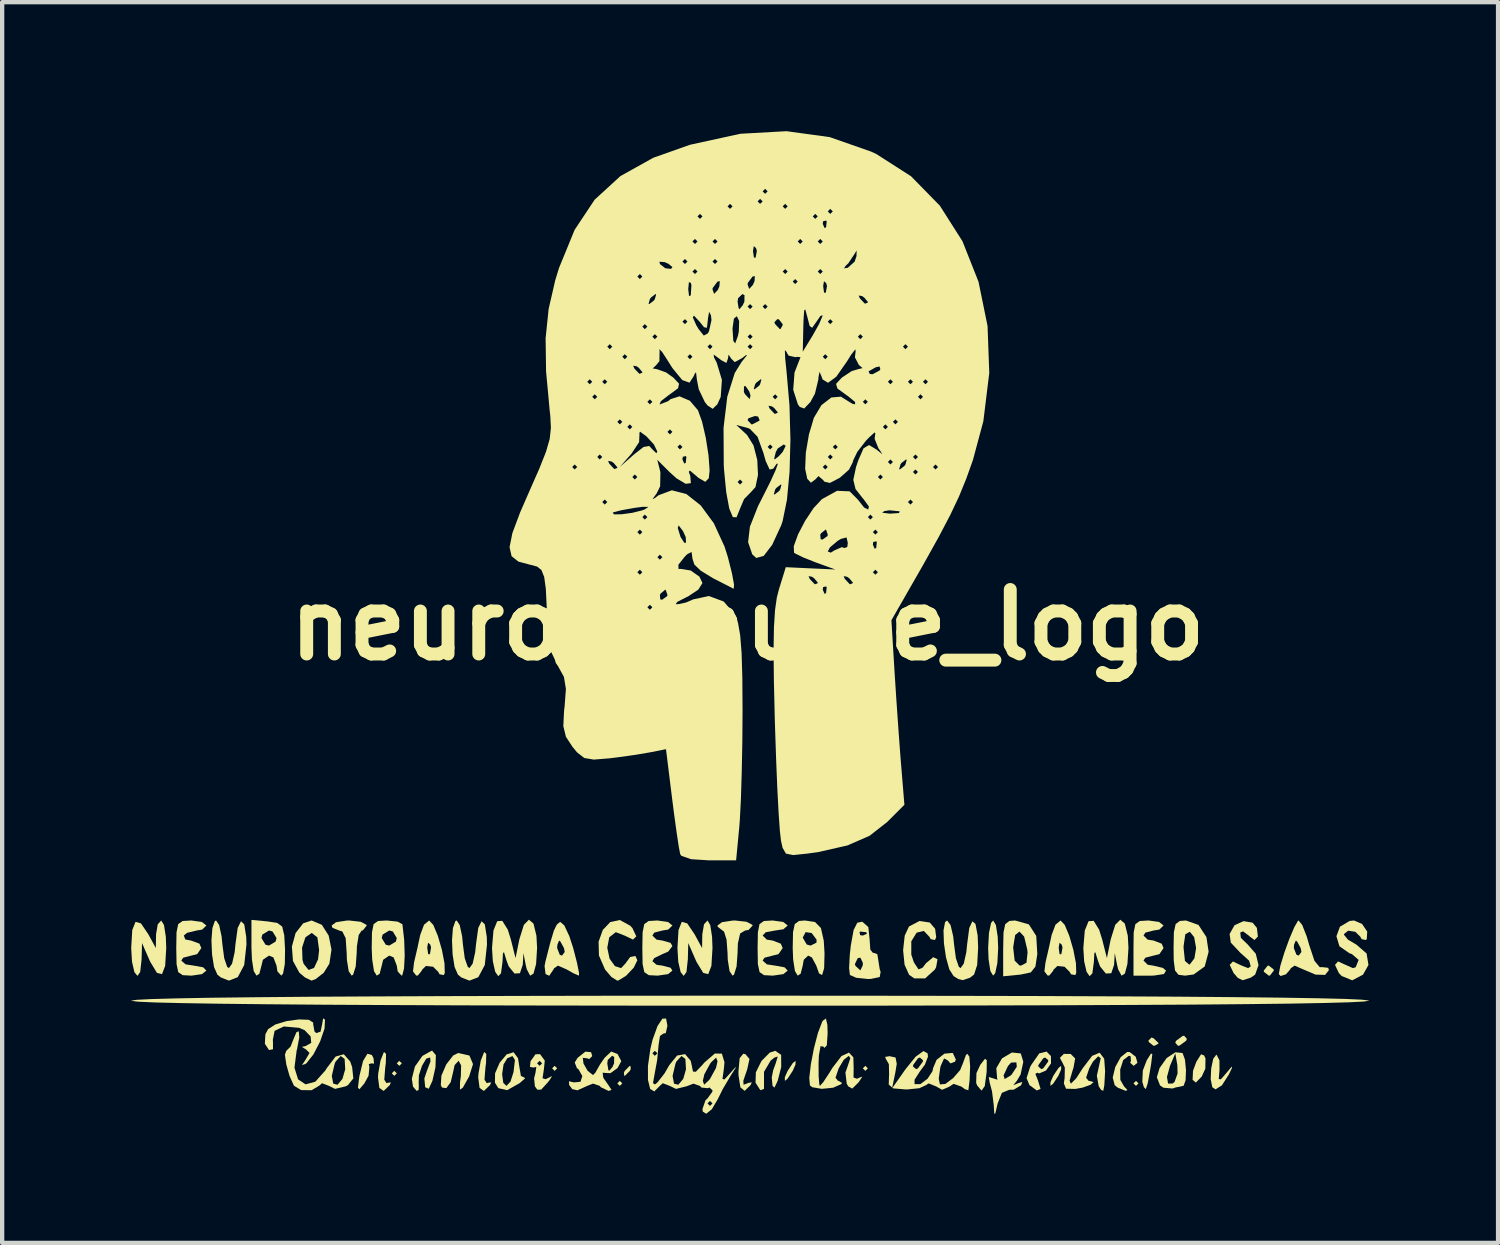
<source format=kicad_pcb>
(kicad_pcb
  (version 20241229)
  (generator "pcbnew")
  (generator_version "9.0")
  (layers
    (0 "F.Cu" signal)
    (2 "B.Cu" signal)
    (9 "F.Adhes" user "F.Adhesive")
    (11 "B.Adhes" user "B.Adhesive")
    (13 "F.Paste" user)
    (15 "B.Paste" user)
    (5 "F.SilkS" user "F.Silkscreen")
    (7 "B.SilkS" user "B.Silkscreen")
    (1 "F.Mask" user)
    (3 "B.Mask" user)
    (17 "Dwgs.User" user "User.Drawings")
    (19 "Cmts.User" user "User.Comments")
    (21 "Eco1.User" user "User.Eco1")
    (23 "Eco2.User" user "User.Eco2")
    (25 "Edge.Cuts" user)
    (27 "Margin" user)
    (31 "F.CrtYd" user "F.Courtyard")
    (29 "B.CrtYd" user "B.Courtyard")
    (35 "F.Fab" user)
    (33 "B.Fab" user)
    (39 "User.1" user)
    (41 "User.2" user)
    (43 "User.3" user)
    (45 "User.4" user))
  (footprint "neuro_traume_logo"
    (layer "F.Cu")
    (at 14.331 11.477)
    (property "Reference" "neuro_traume_logo" (at 0 0 0) (layer "F.SilkS") (effects (font (size 1.5 1.5) (thickness 0.3))))
    (attr board_only exclude_from_pos_files exclude_from_bom)
    (fp_poly (pts (xy 3.369 10.763) (xy 3.359 10.778) (xy 3.363 10.758)) (stroke (width 0) (type solid)) (fill yes) (layer "F.SilkS"))
    (fp_poly (pts (xy -8.156 10.428) (xy -8.214 10.486) (xy -8.272 10.428) (xy -8.214 10.37)) (stroke (width 0) (type solid)) (fill yes) (layer "F.SilkS"))
    (fp_poly (pts (xy -8.039 10.195) (xy -8.098 10.253) (xy -8.156 10.195) (xy -8.098 10.137)) (stroke (width 0) (type solid)) (fill yes) (layer "F.SilkS"))
    (fp_poly (pts (xy -4.428 10.311) (xy -4.486 10.37) (xy -4.544 10.311) (xy -4.486 10.253)) (stroke (width 0) (type solid)) (fill yes) (layer "F.SilkS"))
    (fp_poly (pts (xy -2.913 10.661) (xy -2.971 10.719) (xy -3.029 10.661) (xy -2.971 10.603)) (stroke (width 0) (type solid)) (fill yes) (layer "F.SilkS"))
    (fp_poly (pts (xy 2.796 10.311) (xy 2.738 10.37) (xy 2.68 10.311) (xy 2.738 10.253)) (stroke (width 0) (type solid)) (fill yes) (layer "F.SilkS"))
    (fp_poly (pts (xy 9.088 10.661) (xy 9.03 10.719) (xy 8.972 10.661) (xy 9.03 10.603)) (stroke (width 0) (type solid)) (fill yes) (layer "F.SilkS"))
    (fp_poly (pts (xy -2.716 10.328) (xy -2.738 10.37) (xy -2.848 10.481) (xy -2.868 10.486) (xy -2.876 10.411) (xy -2.855 10.37) (xy -2.745 10.258) (xy -2.724 10.253)) (stroke (width 0) (type solid)) (fill yes) (layer "F.SilkS"))
    (fp_poly (pts (xy 1.114 10.222) (xy 1.049 10.37) (xy 0.928 10.553) (xy 0.866 10.603) (xy 0.866 10.517) (xy 0.932 10.37) (xy 1.052 10.187) (xy 1.115 10.137)) (stroke (width 0) (type solid)) (fill yes) (layer "F.SilkS"))
    (fp_poly (pts (xy 7.29 10.339) (xy 7.224 10.486) (xy 7.104 10.669) (xy 7.041 10.719) (xy 7.042 10.634) (xy 7.107 10.486) (xy 7.228 10.303) (xy 7.29 10.253)) (stroke (width 0) (type solid)) (fill yes) (layer "F.SilkS"))
    (fp_poly (pts (xy 9.438 9.612) (xy 9.549 9.717) (xy 9.554 9.736) (xy 9.464 9.786) (xy 9.438 9.787) (xy 9.326 9.698) (xy 9.321 9.664) (xy 9.392 9.594)) (stroke (width 0) (type solid)) (fill yes) (layer "F.SilkS"))
    (fp_poly (pts (xy 10.214 9.626) (xy 10.195 9.671) (xy 10.041 9.783) (xy 10.006 9.787) (xy 9.943 9.715) (xy 9.962 9.671) (xy 10.116 9.558) (xy 10.15 9.554)) (stroke (width 0) (type solid)) (fill yes) (layer "F.SilkS"))
    (fp_poly (pts (xy 12.231 8.012) (xy 12.234 8.039) (xy 12.145 8.153) (xy 12.117 8.156) (xy 12.004 8.067) (xy 12.001 8.039) (xy 12.09 7.926) (xy 12.117 7.923)) (stroke (width 0) (type solid)) (fill yes) (layer "F.SilkS"))
    (fp_poly (pts (xy 10.614 10.011) (xy 10.646 10.081) (xy 10.642 10.32) (xy 10.559 10.501) (xy 10.422 10.642) (xy 10.346 10.579) (xy 10.356 10.368) (xy 10.433 10.159) (xy 10.543 9.985)) (stroke (width 0) (type solid)) (fill yes) (layer "F.SilkS"))
    (fp_poly (pts (xy 5.561 10.121) (xy 5.559 10.352) (xy 5.556 10.412) (xy 5.514 10.725) (xy 5.439 10.829) (xy 5.34 10.713) (xy 5.314 10.652) (xy 5.321 10.421) (xy 5.411 10.228) (xy 5.519 10.09)) (stroke (width 0) (type solid)) (fill yes) (layer "F.SilkS"))
    (fp_poly (pts (xy 9.41 9.98) (xy 9.385 10.189) (xy 9.366 10.311) (xy 9.304 10.657) (xy 9.258 10.795) (xy 9.214 10.749) (xy 9.177 10.625) (xy 9.189 10.362) (xy 9.28 10.125) (xy 9.379 9.967)) (stroke (width 0) (type solid)) (fill yes) (layer "F.SilkS"))
    (fp_poly (pts (xy 3.44 10.059) (xy 3.468 10.206) (xy 3.437 10.399) (xy 3.363 10.758) (xy 3.282 10.689) (xy 3.288 10.482) (xy 3.29 10.466) (xy 3.285 10.215) (xy 3.213 10.09) (xy 3.199 10.045) (xy 3.301 10.029)) (stroke (width 0) (type solid)) (fill yes) (layer "F.SilkS"))
    (fp_poly (pts (xy 5.773 6.98) (xy 5.815 7.251) (xy 5.826 7.515) (xy 5.807 7.866) (xy 5.757 8.099) (xy 5.709 8.156) (xy 5.645 8.051) (xy 5.603 7.779) (xy 5.593 7.515) (xy 5.612 7.164) (xy 5.661 6.931) (xy 5.709 6.874)) (stroke (width 0) (type solid)) (fill yes) (layer "F.SilkS"))
    (fp_poly (pts (xy -8.735 10.002) (xy -8.697 10.077) (xy -8.685 10.203) (xy -8.739 10.195) (xy -8.807 10.212) (xy -8.793 10.28) (xy -8.812 10.483) (xy -8.911 10.664) (xy -9.025 10.797) (xy -9.059 10.762) (xy -9.031 10.53) (xy -9.024 10.486) (xy -8.94 10.14) (xy -8.838 9.971)) (stroke (width 0) (type solid)) (fill yes) (layer "F.SilkS"))
    (fp_poly (pts (xy -8.406 9.976) (xy -8.411 10.188) (xy -8.424 10.285) (xy -8.447 10.575) (xy -8.393 10.658) (xy -8.364 10.646) (xy -8.292 10.639) (xy -8.32 10.701) (xy -8.461 10.837) (xy -8.561 10.767) (xy -8.593 10.521) (xy -8.587 10.428) (xy -8.534 10.13) (xy -8.46 9.943) (xy -8.45 9.933)) (stroke (width 0) (type solid)) (fill yes) (layer "F.SilkS"))
    (fp_poly (pts (xy -6.076 9.976) (xy -6.081 10.188) (xy -6.094 10.285) (xy -6.117 10.575) (xy -6.063 10.658) (xy -6.034 10.646) (xy -5.961 10.639) (xy -5.989 10.701) (xy -6.131 10.837) (xy -6.231 10.767) (xy -6.263 10.521) (xy -6.256 10.428) (xy -6.203 10.13) (xy -6.129 9.943) (xy -6.12 9.933)) (stroke (width 0) (type solid)) (fill yes) (layer "F.SilkS"))
    (fp_poly (pts (xy -0.051 9.981) (xy 0.044 10.093) (xy -0.007 10.329) (xy -0.099 10.599) (xy -0.094 10.694) (xy 0.013 10.653) (xy 0.018 10.65) (xy 0.098 10.636) (xy 0.069 10.701) (xy -0.068 10.835) (xy -0.167 10.754) (xy -0.211 10.476) (xy -0.212 10.379) (xy -0.184 10.075) (xy -0.101 9.972)) (stroke (width 0) (type solid)) (fill yes) (layer "F.SilkS"))
    (fp_poly (pts (xy 10.904 9.996) (xy 10.97 10.123) (xy 10.972 10.346) (xy 10.954 10.561) (xy 11.005 10.566) (xy 11.124 10.428) (xy 11.258 10.27) (xy 11.262 10.3) (xy 11.191 10.451) (xy 11.028 10.706) (xy 10.879 10.8) (xy 10.804 10.75) (xy 10.767 10.564) (xy 10.779 10.312) (xy 10.826 10.09) (xy 10.896 9.995)) (stroke (width 0) (type solid)) (fill yes) (layer "F.SilkS"))
    (fp_poly (pts (xy -6.467 10.014) (xy -6.384 10.213) (xy -6.473 10.498) (xy -6.62 10.76) (xy -6.687 10.807) (xy -6.686 10.639) (xy -6.666 10.486) (xy -6.66 10.243) (xy -6.717 10.137) (xy -6.72 10.137) (xy -6.811 10.235) (xy -6.844 10.387) (xy -6.902 10.632) (xy -7.004 10.772) (xy -7.104 10.758) (xy -7.132 10.703) (xy -7.119 10.482) (xy -7.005 10.218) (xy -6.844 10.012) (xy -6.73 9.955)) (stroke (width 0) (type solid)) (fill yes) (layer "F.SilkS"))
    (fp_poly (pts (xy 0.78 9.998) (xy 0.782 10.281) (xy 0.699 10.603) (xy 0.625 10.76) (xy 0.58 10.719) (xy 0.562 10.523) (xy 0.595 10.356) (xy 0.654 10.195) (xy 0.701 10.036) (xy 0.624 10.061) (xy 0.537 10.13) (xy 0.382 10.392) (xy 0.382 10.567) (xy 0.382 10.788) (xy 0.297 10.82) (xy 0.185 10.645) (xy 0.192 10.405) (xy 0.323 10.14) (xy 0.516 9.945) (xy 0.644 9.904)) (stroke (width 0) (type solid)) (fill yes) (layer "F.SilkS"))
    (fp_poly (pts (xy 8.884 9.933) (xy 9.024 10.042) (xy 9.064 10.183) (xy 8.976 10.253) (xy 8.974 10.253) (xy 8.896 10.182) (xy 8.913 10.137) (xy 8.905 10.029) (xy 8.864 10.02) (xy 8.734 10.117) (xy 8.663 10.339) (xy 8.666 10.58) (xy 8.752 10.73) (xy 8.831 10.816) (xy 8.791 10.834) (xy 8.607 10.761) (xy 8.535 10.702) (xy 8.489 10.525) (xy 8.549 10.279) (xy 8.675 10.051) (xy 8.826 9.931)) (stroke (width 0) (type solid)) (fill yes) (layer "F.SilkS"))
    (fp_poly (pts (xy -8.993 6.904) (xy -8.859 6.976) (xy -8.855 6.991) (xy -8.944 7.104) (xy -8.972 7.107) (xy -9.041 7.211) (xy -9.083 7.475) (xy -9.088 7.632) (xy -9.111 7.944) (xy -9.17 8.132) (xy -9.205 8.156) (xy -9.274 8.052) (xy -9.316 7.788) (xy -9.321 7.632) (xy -9.344 7.286) (xy -9.422 7.129) (xy -9.496 7.107) (xy -9.651 7.044) (xy -9.671 6.991) (xy -9.568 6.914) (xy -9.316 6.875) (xy -9.263 6.874)) (stroke (width 0) (type solid)) (fill yes) (layer "F.SilkS"))
    (fp_poly (pts (xy -7.247 10.005) (xy -7.257 10.288) (xy -7.328 10.602) (xy -7.413 10.786) (xy -7.496 10.75) (xy -7.515 10.545) (xy -7.453 10.362) (xy -7.373 10.152) (xy -7.38 10.058) (xy -7.47 10.085) (xy -7.57 10.252) (xy -7.642 10.472) (xy -7.648 10.658) (xy -7.644 10.67) (xy -7.647 10.814) (xy -7.694 10.836) (xy -7.779 10.736) (xy -7.806 10.553) (xy -7.734 10.268) (xy -7.56 10.022) (xy -7.352 9.905) (xy -7.332 9.904)) (stroke (width 0) (type solid)) (fill yes) (layer "F.SilkS"))
    (fp_poly (pts (xy -0.022 6.904) (xy 0.113 6.976) (xy 0.117 6.991) (xy 0.022 7.094) (xy -0.058 7.107) (xy -0.173 7.176) (xy -0.226 7.409) (xy -0.233 7.632) (xy -0.256 7.944) (xy -0.315 8.132) (xy -0.35 8.156) (xy -0.419 8.052) (xy -0.461 7.788) (xy -0.466 7.632) (xy -0.489 7.319) (xy -0.548 7.131) (xy -0.583 7.107) (xy -0.696 7.019) (xy -0.699 6.991) (xy -0.597 6.914) (xy -0.345 6.875) (xy -0.291 6.874)) (stroke (width 0) (type solid)) (fill yes) (layer "F.SilkS"))
    (fp_poly (pts (xy -13.568 6.98) (xy -13.526 7.251) (xy -13.516 7.515) (xy -13.541 7.929) (xy -13.615 8.122) (xy -13.732 8.092) (xy -13.888 7.835) (xy -13.914 7.777) (xy -14.079 7.399) (xy -14.089 7.777) (xy -14.121 8.071) (xy -14.185 8.162) (xy -14.256 8.075) (xy -14.312 7.834) (xy -14.331 7.515) (xy -14.306 7.096) (xy -14.23 6.905) (xy -14.104 6.941) (xy -13.932 7.195) (xy -13.758 7.515) (xy -13.753 7.195) (xy -13.713 6.962) (xy -13.632 6.874)) (stroke (width 0) (type solid)) (fill yes) (layer "F.SilkS"))
    (fp_poly (pts (xy -0.868 6.98) (xy -0.826 7.251) (xy -0.816 7.515) (xy -0.841 7.929) (xy -0.915 8.122) (xy -1.032 8.092) (xy -1.188 7.835) (xy -1.214 7.777) (xy -1.379 7.399) (xy -1.389 7.777) (xy -1.421 8.071) (xy -1.485 8.162) (xy -1.556 8.075) (xy -1.612 7.834) (xy -1.631 7.515) (xy -1.606 7.096) (xy -1.53 6.905) (xy -1.403 6.941) (xy -1.232 7.195) (xy -1.058 7.515) (xy -1.053 7.195) (xy -1.013 6.962) (xy -0.932 6.874)) (stroke (width 0) (type solid)) (fill yes) (layer "F.SilkS"))
    (fp_poly (pts (xy -12.286 6.979) (xy -12.229 7.245) (xy -12.211 7.428) (xy -12.168 7.751) (xy -12.1 7.95) (xy -12.059 7.981) (xy -11.985 7.877) (xy -11.925 7.611) (xy -11.907 7.428) (xy -11.855 7.047) (xy -11.778 6.892) (xy -11.703 6.962) (xy -11.656 7.257) (xy -11.651 7.434) (xy -11.703 7.909) (xy -11.853 8.192) (xy -12.059 8.272) (xy -12.247 8.198) (xy -12.327 8.133) (xy -12.405 7.956) (xy -12.451 7.664) (xy -12.465 7.335) (xy -12.443 7.05) (xy -12.386 6.887) (xy -12.357 6.874)) (stroke (width 0) (type solid)) (fill yes) (layer "F.SilkS"))
    (fp_poly (pts (xy -6.693 6.979) (xy -6.636 7.245) (xy -6.619 7.428) (xy -6.576 7.751) (xy -6.507 7.95) (xy -6.467 7.981) (xy -6.392 7.877) (xy -6.333 7.611) (xy -6.314 7.428) (xy -6.262 7.047) (xy -6.185 6.892) (xy -6.11 6.962) (xy -6.063 7.257) (xy -6.059 7.434) (xy -6.11 7.909) (xy -6.26 8.192) (xy -6.467 8.272) (xy -6.655 8.198) (xy -6.734 8.133) (xy -6.812 7.956) (xy -6.858 7.664) (xy -6.872 7.335) (xy -6.851 7.05) (xy -6.793 6.887) (xy -6.764 6.874)) (stroke (width 0) (type solid)) (fill yes) (layer "F.SilkS"))
    (fp_poly (pts (xy -5.44 9.937) (xy -5.337 10.076) (xy -5.305 10.285) (xy -5.27 10.488) (xy -5.189 10.527) (xy -5.172 10.543) (xy -5.295 10.652) (xy -5.589 10.819) (xy -5.795 10.772) (xy -5.874 10.645) (xy -5.871 10.448) (xy -5.707 10.448) (xy -5.68 10.649) (xy -5.606 10.719) (xy -5.512 10.619) (xy -5.442 10.399) (xy -5.409 10.117) (xy -5.466 10.026) (xy -5.585 10.074) (xy -5.674 10.221) (xy -5.707 10.448) (xy -5.871 10.448) (xy -5.871 10.427) (xy -5.763 10.179) (xy -5.602 9.987) (xy -5.44 9.937)) (stroke (width 0) (type solid)) (fill yes) (layer "F.SilkS"))
    (fp_poly (pts (xy -4.715 10.132) (xy -4.737 10.341) (xy -4.767 10.543) (xy -4.694 10.564) (xy -4.648 10.54) (xy -4.546 10.491) (xy -4.6 10.581) (xy -4.646 10.639) (xy -4.799 10.806) (xy -4.889 10.807) (xy -4.945 10.73) (xy -4.964 10.542) (xy -4.932 10.419) (xy -4.912 10.279) (xy -4.979 10.293) (xy -5.061 10.277) (xy -5.051 10.195) (xy -4.894 10.195) (xy -4.835 10.253) (xy -4.777 10.195) (xy -4.835 10.137) (xy -4.894 10.195) (xy -5.051 10.195) (xy -5.046 10.145) (xy -4.931 9.984) (xy -4.825 9.982)) (stroke (width 0) (type solid)) (fill yes) (layer "F.SilkS"))
    (fp_poly (pts (xy -2.729 6.995) (xy -2.677 7.052) (xy -2.587 7.243) (xy -2.664 7.318) (xy -2.847 7.23) (xy -3.064 7.145) (xy -3.216 7.264) (xy -3.262 7.508) (xy -3.209 7.761) (xy -3.084 7.935) (xy -2.941 7.981) (xy -2.844 7.878) (xy -2.729 7.722) (xy -2.608 7.699) (xy -2.563 7.798) (xy -2.646 7.97) (xy -2.827 8.161) (xy -3.007 8.27) (xy -3.031 8.272) (xy -3.166 8.187) (xy -3.314 8.014) (xy -3.456 7.688) (xy -3.464 7.366) (xy -3.366 7.093) (xy -3.192 6.91) (xy -2.97 6.863)) (stroke (width 0) (type solid)) (fill yes) (layer "F.SilkS"))
    (fp_poly (pts (xy 4.719 6.979) (xy 4.781 7.245) (xy 4.8 7.428) (xy 4.843 7.751) (xy 4.911 7.95) (xy 4.952 7.981) (xy 5.026 7.877) (xy 5.086 7.611) (xy 5.104 7.428) (xy 5.154 7.049) (xy 5.226 6.893) (xy 5.298 6.953) (xy 5.349 7.223) (xy 5.36 7.503) (xy 5.338 7.908) (xy 5.266 8.13) (xy 5.175 8.202) (xy 5.006 8.261) (xy 4.899 8.235) (xy 4.79 8.167) (xy 4.691 8.012) (xy 4.613 7.732) (xy 4.565 7.405) (xy 4.555 7.105) (xy 4.592 6.91) (xy 4.639 6.874)) (stroke (width 0) (type solid)) (fill yes) (layer "F.SilkS"))
    (fp_poly (pts (xy 7.052 10.025) (xy 7.055 10.196) (xy 6.938 10.362) (xy 6.781 10.429) (xy 6.733 10.413) (xy 6.691 10.441) (xy 6.75 10.589) (xy 6.811 10.789) (xy 6.724 10.826) (xy 6.554 10.702) (xy 6.486 10.54) (xy 6.566 10.288) (xy 6.576 10.267) (xy 6.758 10.267) (xy 6.83 10.33) (xy 6.874 10.311) (xy 6.986 10.157) (xy 6.991 10.123) (xy 6.919 10.06) (xy 6.874 10.078) (xy 6.762 10.233) (xy 6.758 10.267) (xy 6.576 10.267) (xy 6.592 10.236) (xy 6.782 9.963) (xy 6.951 9.922)) (stroke (width 0) (type solid)) (fill yes) (layer "F.SilkS"))
    (fp_poly (pts (xy 10.11 9.955) (xy 10.114 9.958) (xy 10.169 10.11) (xy 10.193 10.355) (xy 10.183 10.591) (xy 10.138 10.716) (xy 10.127 10.719) (xy 9.948 10.757) (xy 9.881 10.78) (xy 9.668 10.762) (xy 9.589 10.708) (xy 9.515 10.518) (xy 9.517 10.512) (xy 9.75 10.512) (xy 9.776 10.666) (xy 9.882 10.664) (xy 9.927 10.626) (xy 9.997 10.433) (xy 9.992 10.238) (xy 9.944 9.962) (xy 9.821 10.253) (xy 9.75 10.512) (xy 9.517 10.512) (xy 9.579 10.304) (xy 9.744 10.071) (xy 9.947 9.938)) (stroke (width 0) (type solid)) (fill yes) (layer "F.SilkS"))
    (fp_poly (pts (xy 10.483 6.977) (xy 10.668 7.26) (xy 10.719 7.601) (xy 10.628 7.943) (xy 10.37 8.129) (xy 10.172 8.156) (xy 10.018 8.136) (xy 9.938 8.038) (xy 9.908 7.805) (xy 9.904 7.515) (xy 10.137 7.515) (xy 10.168 7.814) (xy 10.266 7.898) (xy 10.282 7.894) (xy 10.388 7.755) (xy 10.428 7.515) (xy 10.382 7.26) (xy 10.282 7.136) (xy 10.177 7.194) (xy 10.137 7.467) (xy 10.137 7.515) (xy 9.904 7.515) (xy 9.911 7.148) (xy 9.952 6.957) (xy 10.05 6.885) (xy 10.191 6.874)) (stroke (width 0) (type solid)) (fill yes) (layer "F.SilkS"))
    (fp_poly (pts (xy 4.235 6.921) (xy 4.36 7.066) (xy 4.385 7.265) (xy 4.356 7.328) (xy 4.257 7.308) (xy 4.227 7.253) (xy 4.097 7.116) (xy 3.93 7.157) (xy 3.807 7.356) (xy 3.806 7.359) (xy 3.806 7.667) (xy 3.866 7.846) (xy 3.973 8.01) (xy 4.068 7.972) (xy 4.15 7.865) (xy 4.317 7.727) (xy 4.416 7.775) (xy 4.383 7.962) (xy 4.353 8.016) (xy 4.128 8.22) (xy 3.875 8.22) (xy 3.755 8.136) (xy 3.65 7.904) (xy 3.616 7.564) (xy 3.653 7.227) (xy 3.752 7.014) (xy 3.995 6.886)) (stroke (width 0) (type solid)) (fill yes) (layer "F.SilkS"))
    (fp_poly (pts (xy 6.539 6.964) (xy 6.711 7.232) (xy 6.736 7.653) (xy 6.692 7.946) (xy 6.584 8.081) (xy 6.346 8.132) (xy 6.321 8.134) (xy 5.942 8.171) (xy 5.942 7.523) (xy 5.943 7.505) (xy 6.175 7.505) (xy 6.209 7.806) (xy 6.321 7.919) (xy 6.357 7.923) (xy 6.484 7.856) (xy 6.509 7.624) (xy 6.503 7.553) (xy 6.43 7.248) (xy 6.321 7.132) (xy 6.221 7.212) (xy 6.175 7.495) (xy 6.175 7.505) (xy 5.943 7.505) (xy 5.95 7.152) (xy 5.99 6.959) (xy 6.085 6.885) (xy 6.219 6.874)) (stroke (width 0) (type solid)) (fill yes) (layer "F.SilkS"))
    (fp_poly (pts (xy -9.899 6.974) (xy -9.739 7.225) (xy -9.674 7.551) (xy -9.723 7.878) (xy -9.854 8.089) (xy -10.041 8.236) (xy -10.137 8.272) (xy -10.291 8.198) (xy -10.42 8.089) (xy -10.57 7.815) (xy -10.593 7.504) (xy -10.358 7.504) (xy -10.348 7.791) (xy -10.321 7.883) (xy -10.206 8.024) (xy -10.08 7.977) (xy -9.986 7.778) (xy -9.962 7.564) (xy -10.002 7.266) (xy -10.128 7.166) (xy -10.137 7.166) (xy -10.28 7.265) (xy -10.358 7.504) (xy -10.593 7.504) (xy -10.595 7.482) (xy -10.509 7.166) (xy -10.332 6.94) (xy -10.137 6.874)) (stroke (width 0) (type solid)) (fill yes) (layer "F.SilkS"))
    (fp_poly (pts (xy -7.308 6.976) (xy -7.202 7.229) (xy -7.108 7.553) (xy -7.047 7.867) (xy -7.04 8.092) (xy -7.063 8.144) (xy -7.162 8.124) (xy -7.191 8.069) (xy -7.312 7.949) (xy -7.478 7.931) (xy -7.572 8.023) (xy -7.573 8.039) (xy -7.664 8.151) (xy -7.703 8.156) (xy -7.779 8.059) (xy -7.755 7.851) (xy -7.674 7.505) (xy -7.448 7.505) (xy -7.426 7.657) (xy -7.386 7.658) (xy -7.359 7.502) (xy -7.377 7.435) (xy -7.429 7.391) (xy -7.448 7.505) (xy -7.674 7.505) (xy -7.672 7.494) (xy -7.611 7.21) (xy -7.522 6.971) (xy -7.404 6.874)) (stroke (width 0) (type solid)) (fill yes) (layer "F.SilkS"))
    (fp_poly (pts (xy 7.373 6.976) (xy 7.479 7.229) (xy 7.573 7.553) (xy 7.634 7.867) (xy 7.641 8.092) (xy 7.618 8.144) (xy 7.519 8.124) (xy 7.489 8.069) (xy 7.369 7.949) (xy 7.203 7.931) (xy 7.108 8.023) (xy 7.107 8.039) (xy 7.017 8.151) (xy 6.978 8.156) (xy 6.901 8.059) (xy 6.926 7.851) (xy 7.006 7.505) (xy 7.233 7.505) (xy 7.254 7.657) (xy 7.294 7.658) (xy 7.322 7.502) (xy 7.303 7.435) (xy 7.252 7.391) (xy 7.233 7.505) (xy 7.006 7.505) (xy 7.009 7.494) (xy 7.069 7.21) (xy 7.159 6.971) (xy 7.277 6.874)) (stroke (width 0) (type solid)) (fill yes) (layer "F.SilkS"))
    (fp_poly (pts (xy 9.567 6.908) (xy 9.671 6.989) (xy 9.671 6.991) (xy 9.573 7.085) (xy 9.438 7.107) (xy 9.248 7.156) (xy 9.205 7.224) (xy 9.302 7.319) (xy 9.438 7.34) (xy 9.627 7.413) (xy 9.671 7.515) (xy 9.574 7.657) (xy 9.438 7.69) (xy 9.248 7.739) (xy 9.205 7.806) (xy 9.302 7.902) (xy 9.431 7.923) (xy 9.654 7.976) (xy 9.729 8.039) (xy 9.68 8.119) (xy 9.442 8.155) (xy 9.386 8.156) (xy 8.972 8.156) (xy 8.972 7.515) (xy 8.977 7.149) (xy 9.016 6.958) (xy 9.118 6.886) (xy 9.316 6.874) (xy 9.321 6.874)) (stroke (width 0) (type solid)) (fill yes) (layer "F.SilkS"))
    (fp_poly (pts (xy 11.742 6.925) (xy 11.841 7.046) (xy 11.864 7.249) (xy 11.784 7.328) (xy 11.656 7.232) (xy 11.651 7.224) (xy 11.52 7.127) (xy 11.454 7.153) (xy 11.468 7.278) (xy 11.622 7.426) (xy 11.816 7.648) (xy 11.879 7.912) (xy 11.801 8.132) (xy 11.7 8.202) (xy 11.511 8.263) (xy 11.399 8.21) (xy 11.299 8.095) (xy 11.209 7.905) (xy 11.284 7.827) (xy 11.463 7.912) (xy 11.636 7.982) (xy 11.698 7.941) (xy 11.661 7.809) (xy 11.476 7.642) (xy 11.468 7.637) (xy 11.234 7.388) (xy 11.207 7.187) (xy 11.322 6.983) (xy 11.532 6.889)) (stroke (width 0) (type solid)) (fill yes) (layer "F.SilkS"))
    (fp_poly (pts (xy -11.156 6.896) (xy -10.935 6.93) (xy -10.82 7.016) (xy -10.772 7.219) (xy -10.754 7.544) (xy -10.759 7.886) (xy -10.8 8.108) (xy -10.841 8.156) (xy -10.931 8.058) (xy -10.952 7.923) (xy -11.025 7.733) (xy -11.127 7.69) (xy -11.269 7.787) (xy -11.302 7.923) (xy -11.351 8.112) (xy -11.418 8.156) (xy -11.482 8.051) (xy -11.524 7.778) (xy -11.535 7.508) (xy -11.535 7.282) (xy -11.302 7.282) (xy -11.209 7.437) (xy -11.127 7.457) (xy -10.973 7.364) (xy -10.952 7.282) (xy -11.046 7.128) (xy -11.127 7.107) (xy -11.282 7.201) (xy -11.302 7.282) (xy -11.535 7.282) (xy -11.535 6.86)) (stroke (width 0) (type solid)) (fill yes) (layer "F.SilkS"))
    (fp_poly (pts (xy -4.978 6.945) (xy -4.909 7.229) (xy -4.894 7.515) (xy -4.917 7.885) (xy -4.977 8.108) (xy -5.055 8.157) (xy -5.134 8.008) (xy -5.161 7.894) (xy -5.211 7.632) (xy -5.227 7.904) (xy -5.293 8.1) (xy -5.419 8.107) (xy -5.553 7.942) (xy -5.607 7.798) (xy -5.664 7.609) (xy -5.688 7.637) (xy -5.698 7.836) (xy -5.733 8.102) (xy -5.797 8.169) (xy -5.868 8.066) (xy -5.923 7.822) (xy -5.942 7.515) (xy -5.908 7.106) (xy -5.821 6.891) (xy -5.703 6.881) (xy -5.575 7.087) (xy -5.505 7.311) (xy -5.395 7.748) (xy -5.306 7.311) (xy -5.201 6.974) (xy -5.084 6.856)) (stroke (width 0) (type solid)) (fill yes) (layer "F.SilkS"))
    (fp_poly (pts (xy -4.261 6.988) (xy -4.145 7.237) (xy -4.055 7.512) (xy -3.966 7.858) (xy -3.919 8.092) (xy -3.92 8.156) (xy -4.043 8.104) (xy -4.211 8.01) (xy -4.409 7.923) (xy -4.501 7.987) (xy -4.511 8.01) (xy -4.612 8.159) (xy -4.697 8.119) (xy -4.72 7.934) (xy -4.702 7.836) (xy -4.62 7.515) (xy -4.428 7.515) (xy -4.367 7.67) (xy -4.315 7.69) (xy -4.251 7.605) (xy -4.269 7.515) (xy -4.352 7.362) (xy -4.382 7.34) (xy -4.422 7.436) (xy -4.428 7.515) (xy -4.62 7.515) (xy -4.586 7.384) (xy -4.504 7.111) (xy -4.436 6.97) (xy -4.366 6.912) (xy -4.354 6.908)) (stroke (width 0) (type solid)) (fill yes) (layer "F.SilkS"))
    (fp_poly (pts (xy 1.569 6.91) (xy 1.705 7.05) (xy 1.771 7.343) (xy 1.789 7.64) (xy 1.78 7.981) (xy 1.733 8.142) (xy 1.662 8.105) (xy 1.597 7.923) (xy 1.495 7.734) (xy 1.409 7.69) (xy 1.306 7.787) (xy 1.282 7.923) (xy 1.233 8.112) (xy 1.165 8.156) (xy 1.101 8.051) (xy 1.059 7.779) (xy 1.049 7.515) (xy 1.054 7.272) (xy 1.282 7.272) (xy 1.375 7.433) (xy 1.466 7.457) (xy 1.602 7.389) (xy 1.604 7.319) (xy 1.489 7.165) (xy 1.349 7.145) (xy 1.282 7.272) (xy 1.054 7.272) (xy 1.056 7.148) (xy 1.097 6.957) (xy 1.195 6.885) (xy 1.333 6.874)) (stroke (width 0) (type solid)) (fill yes) (layer "F.SilkS"))
    (fp_poly (pts (xy 8.77 6.945) (xy 8.84 7.229) (xy 8.855 7.515) (xy 8.831 7.885) (xy 8.772 8.108) (xy 8.694 8.157) (xy 8.615 8.008) (xy 8.588 7.894) (xy 8.537 7.632) (xy 8.521 7.904) (xy 8.456 8.1) (xy 8.329 8.107) (xy 8.195 7.942) (xy 8.142 7.798) (xy 8.084 7.609) (xy 8.061 7.637) (xy 8.051 7.836) (xy 8.016 8.102) (xy 7.952 8.169) (xy 7.881 8.066) (xy 7.825 7.822) (xy 7.806 7.515) (xy 7.84 7.106) (xy 7.927 6.891) (xy 8.046 6.881) (xy 8.173 7.087) (xy 8.243 7.311) (xy 8.354 7.748) (xy 8.443 7.311) (xy 8.548 6.974) (xy 8.665 6.856)) (stroke (width 0) (type solid)) (fill yes) (layer "F.SilkS"))
    (fp_poly (pts (xy 14.287 6.955) (xy 14.406 7.132) (xy 14.396 7.305) (xy 14.376 7.328) (xy 14.277 7.308) (xy 14.247 7.253) (xy 14.129 7.137) (xy 13.963 7.111) (xy 13.867 7.188) (xy 13.865 7.205) (xy 13.959 7.32) (xy 14.156 7.436) (xy 14.392 7.641) (xy 14.435 7.909) (xy 14.308 8.133) (xy 14.058 8.265) (xy 13.813 8.165) (xy 13.746 8.095) (xy 13.657 7.906) (xy 13.728 7.825) (xy 13.902 7.905) (xy 14.073 7.981) (xy 14.138 7.961) (xy 14.207 7.79) (xy 14.051 7.656) (xy 13.992 7.635) (xy 13.76 7.473) (xy 13.69 7.24) (xy 13.772 7.018) (xy 13.996 6.885) (xy 14.1 6.874)) (stroke (width 0) (type solid)) (fill yes) (layer "F.SilkS"))
    (fp_poly (pts (xy -12.688 6.908) (xy -12.584 6.989) (xy -12.583 6.991) (xy -12.681 7.086) (xy -12.81 7.107) (xy -13.033 7.161) (xy -13.108 7.224) (xy -13.072 7.316) (xy -12.94 7.34) (xy -12.745 7.412) (xy -12.7 7.515) (xy -12.797 7.657) (xy -12.933 7.69) (xy -13.122 7.739) (xy -13.166 7.806) (xy -13.066 7.894) (xy -12.875 7.923) (xy -12.656 7.963) (xy -12.583 8.039) (xy -12.685 8.121) (xy -12.929 8.156) (xy -12.933 8.156) (xy -13.133 8.145) (xy -13.237 8.075) (xy -13.276 7.887) (xy -13.283 7.525) (xy -13.283 7.515) (xy -13.277 7.149) (xy -13.238 6.958) (xy -13.136 6.886) (xy -12.938 6.874) (xy -12.933 6.874)) (stroke (width 0) (type solid)) (fill yes) (layer "F.SilkS"))
    (fp_poly (pts (xy -1.852 6.908) (xy -1.748 6.989) (xy -1.748 6.991) (xy -1.845 7.085) (xy -1.981 7.107) (xy -2.17 7.156) (xy -2.214 7.224) (xy -2.116 7.319) (xy -1.981 7.34) (xy -1.791 7.394) (xy -1.748 7.468) (xy -1.845 7.597) (xy -1.981 7.656) (xy -2.17 7.748) (xy -2.214 7.82) (xy -2.116 7.904) (xy -1.981 7.923) (xy -1.791 7.972) (xy -1.748 8.039) (xy -1.849 8.121) (xy -2.093 8.156) (xy -2.097 8.156) (xy -2.297 8.145) (xy -2.401 8.075) (xy -2.441 7.887) (xy -2.447 7.525) (xy -2.447 7.515) (xy -2.441 7.149) (xy -2.402 6.958) (xy -2.3 6.886) (xy -2.103 6.874) (xy -2.097 6.874)) (stroke (width 0) (type solid)) (fill yes) (layer "F.SilkS"))
    (fp_poly (pts (xy 0.828 6.908) (xy 0.932 6.989) (xy 0.932 6.991) (xy 0.832 7.078) (xy 0.641 7.107) (xy 0.422 7.147) (xy 0.35 7.224) (xy 0.447 7.319) (xy 0.583 7.34) (xy 0.772 7.413) (xy 0.816 7.515) (xy 0.718 7.657) (xy 0.583 7.69) (xy 0.393 7.739) (xy 0.35 7.806) (xy 0.449 7.894) (xy 0.641 7.923) (xy 0.86 7.963) (xy 0.932 8.039) (xy 0.831 8.121) (xy 0.587 8.156) (xy 0.583 8.156) (xy 0.383 8.145) (xy 0.279 8.075) (xy 0.239 7.887) (xy 0.233 7.525) (xy 0.233 7.515) (xy 0.239 7.149) (xy 0.277 6.958) (xy 0.38 6.886) (xy 0.577 6.874) (xy 0.583 6.874)) (stroke (width 0) (type solid)) (fill yes) (layer "F.SilkS"))
    (fp_poly (pts (xy 12.894 6.977) (xy 12.998 7.239) (xy 13.058 7.446) (xy 13.18 7.813) (xy 13.303 7.96) (xy 13.36 7.958) (xy 13.498 7.974) (xy 13.516 8.027) (xy 13.427 8.139) (xy 13.204 8.132) (xy 12.916 8.01) (xy 12.718 7.923) (xy 12.626 7.987) (xy 12.617 8.01) (xy 12.517 8.125) (xy 12.392 8.165) (xy 12.35 8.119) (xy 12.387 7.924) (xy 12.478 7.626) (xy 12.518 7.515) (xy 12.7 7.515) (xy 12.761 7.67) (xy 12.813 7.69) (xy 12.877 7.605) (xy 12.859 7.515) (xy 12.776 7.362) (xy 12.746 7.34) (xy 12.705 7.436) (xy 12.7 7.515) (xy 12.518 7.515) (xy 12.595 7.303) (xy 12.711 7.03) (xy 12.796 6.882) (xy 12.81 6.874)) (stroke (width 0) (type solid)) (fill yes) (layer "F.SilkS"))
    (fp_poly (pts (xy -8.138 6.9) (xy -8.025 6.961) (xy -8.025 6.962) (xy -7.984 7.325) (xy -7.972 7.691) (xy -7.987 7.989) (xy -8.028 8.147) (xy -8.045 8.156) (xy -8.135 8.058) (xy -8.156 7.923) (xy -8.229 7.733) (xy -8.331 7.69) (xy -8.473 7.787) (xy -8.506 7.923) (xy -8.554 8.112) (xy -8.622 8.156) (xy -8.686 8.051) (xy -8.728 7.779) (xy -8.739 7.515) (xy -8.735 7.282) (xy -8.506 7.282) (xy -8.412 7.437) (xy -8.331 7.457) (xy -8.176 7.364) (xy -8.156 7.282) (xy -8.249 7.128) (xy -8.331 7.107) (xy -8.485 7.201) (xy -8.506 7.282) (xy -8.735 7.282) (xy -8.733 7.149) (xy -8.694 6.958) (xy -8.592 6.886) (xy -8.394 6.874) (xy -8.389 6.874)) (stroke (width 0) (type solid)) (fill yes) (layer "F.SilkS"))
    (fp_poly (pts (xy 8.291 10.088) (xy 8.312 10.38) (xy 8.294 10.704) (xy 8.269 10.835) (xy 8.22 10.813) (xy 8.164 10.729) (xy 8.12 10.482) (xy 8.163 10.292) (xy 8.21 10.075) (xy 8.151 10.031) (xy 8.029 10.156) (xy 7.944 10.311) (xy 7.87 10.53) (xy 7.928 10.602) (xy 7.945 10.603) (xy 8.043 10.631) (xy 7.973 10.694) (xy 7.791 10.759) (xy 7.62 10.79) (xy 7.403 10.785) (xy 7.353 10.661) (xy 7.371 10.535) (xy 7.376 10.294) (xy 7.323 10.184) (xy 7.261 10.068) (xy 7.352 9.975) (xy 7.512 9.977) (xy 7.616 10.082) (xy 7.576 10.305) (xy 7.563 10.338) (xy 7.486 10.6) (xy 7.517 10.668) (xy 7.64 10.544) (xy 7.793 10.307) (xy 8.012 10.02) (xy 8.185 9.948)) (stroke (width 0) (type solid)) (fill yes) (layer "F.SilkS"))
    (fp_poly (pts (xy -9.825 9.18) (xy -9.835 9.386) (xy -9.938 9.686) (xy -10.093 9.986) (xy -10.256 10.192) (xy -10.285 10.212) (xy -10.36 10.234) (xy -10.277 10.112) (xy -10.185 9.953) (xy -10.269 9.869) (xy -10.277 9.866) (xy -10.363 9.812) (xy -10.282 9.796) (xy -10.145 9.72) (xy -10.159 9.57) (xy -10.3 9.423) (xy -10.428 9.369) (xy -10.781 9.338) (xy -10.997 9.44) (xy -11.039 9.655) (xy -11.035 9.672) (xy -11.034 9.868) (xy -11.127 9.886) (xy -11.223 9.74) (xy -11.211 9.519) (xy -11.148 9.401) (xy -10.98 9.292) (xy -10.717 9.213) (xy -10.432 9.174) (xy -10.2 9.183) (xy -10.097 9.249) (xy -10.101 9.278) (xy -10.069 9.455) (xy -10.028 9.491) (xy -9.928 9.459) (xy -9.894 9.299) (xy -9.868 9.149)) (stroke (width 0) (type solid)) (fill yes) (layer "F.SilkS"))
    (fp_poly (pts (xy 6.351 9.965) (xy 6.408 10.149) (xy 6.408 10.172) (xy 6.347 10.455) (xy 6.263 10.597) (xy 6.178 10.703) (xy 6.267 10.668) (xy 6.281 10.66) (xy 6.388 10.628) (xy 6.359 10.704) (xy 6.185 10.808) (xy 6.083 10.81) (xy 5.912 10.881) (xy 5.814 11.127) (xy 5.76 11.358) (xy 5.736 11.369) (xy 5.723 11.168) (xy 5.723 11.166) (xy 5.683 10.848) (xy 5.631 10.651) (xy 5.607 10.513) (xy 5.707 10.543) (xy 5.81 10.576) (xy 5.8 10.533) (xy 5.796 10.476) (xy 5.951 10.476) (xy 5.978 10.561) (xy 6.121 10.474) (xy 6.139 10.456) (xy 6.259 10.274) (xy 6.249 10.172) (xy 6.126 10.178) (xy 6.054 10.257) (xy 5.951 10.476) (xy 5.796 10.476) (xy 5.783 10.307) (xy 5.915 10.079) (xy 6.139 9.947) (xy 6.154 9.944)) (stroke (width 0) (type solid)) (fill yes) (layer "F.SilkS"))
    (fp_poly (pts (xy 2.807 7.026) (xy 2.837 7.315) (xy 2.853 7.55) (xy 2.915 7.629) (xy 2.925 7.624) (xy 3.016 7.656) (xy 3.029 7.732) (xy 3.071 8.002) (xy 3.093 8.069) (xy 3.072 8.189) (xy 2.862 8.233) (xy 2.796 8.234) (xy 2.526 8.206) (xy 2.379 8.141) (xy 2.379 8.14) (xy 2.36 7.98) (xy 2.365 7.889) (xy 2.494 7.889) (xy 2.51 7.931) (xy 2.622 8.034) (xy 2.678 7.917) (xy 2.68 7.858) (xy 2.622 7.738) (xy 2.561 7.749) (xy 2.494 7.889) (xy 2.365 7.889) (xy 2.376 7.672) (xy 2.4 7.455) (xy 2.456 7.146) (xy 2.602 7.146) (xy 2.618 7.215) (xy 2.68 7.224) (xy 2.776 7.181) (xy 2.757 7.146) (xy 2.619 7.132) (xy 2.602 7.146) (xy 2.456 7.146) (xy 2.465 7.096) (xy 2.55 6.926) (xy 2.666 6.902)) (stroke (width 0) (type solid)) (fill yes) (layer "F.SilkS"))
    (fp_poly (pts (xy -10.423 9.592) (xy -10.473 9.858) (xy -10.484 9.897) (xy -10.535 10.296) (xy -10.451 10.567) (xy -10.276 10.684) (xy -10.05 10.622) (xy -9.93 10.488) (xy -9.667 10.488) (xy -9.633 10.667) (xy -9.534 10.693) (xy -9.419 10.556) (xy -9.355 10.334) (xy -9.368 10.093) (xy -9.46 10.024) (xy -9.577 10.152) (xy -9.6 10.204) (xy -9.667 10.488) (xy -9.93 10.488) (xy -9.815 10.359) (xy -9.787 10.311) (xy -9.578 10.037) (xy -9.388 9.984) (xy -9.239 10.153) (xy -9.194 10.283) (xy -9.166 10.545) (xy -9.29 10.7) (xy -9.338 10.728) (xy -9.592 10.789) (xy -9.726 10.722) (xy -9.894 10.657) (xy -9.958 10.714) (xy -10.137 10.82) (xy -10.381 10.817) (xy -10.547 10.715) (xy -10.649 10.489) (xy -10.725 10.22) (xy -10.757 9.996) (xy -10.725 9.904) (xy -10.625 9.806) (xy -10.563 9.647) (xy -10.489 9.471) (xy -10.435 9.45)) (stroke (width 0) (type solid)) (fill yes) (layer "F.SilkS"))
    (fp_poly (pts (xy 2.495 8.623) (xy 4.709 8.626) (xy 6.7 8.63) (xy 8.465 8.637) (xy 10.004 8.645) (xy 11.317 8.656) (xy 12.402 8.668) (xy 13.258 8.682) (xy 13.884 8.697) (xy 14.279 8.715) (xy 14.443 8.734) (xy 14.448 8.739) (xy 14.331 8.758) (xy 13.983 8.776) (xy 13.404 8.792) (xy 12.594 8.807) (xy 11.556 8.819) (xy 10.289 8.83) (xy 8.796 8.838) (xy 7.076 8.845) (xy 5.131 8.85) (xy 2.962 8.854) (xy 0.571 8.855) (xy 0.058 8.855) (xy -2.379 8.854) (xy -4.593 8.851) (xy -6.583 8.847) (xy -8.348 8.84) (xy -9.888 8.832) (xy -11.201 8.821) (xy -12.285 8.809) (xy -13.141 8.795) (xy -13.768 8.78) (xy -14.163 8.762) (xy -14.326 8.743) (xy -14.331 8.739) (xy -14.215 8.719) (xy -13.866 8.701) (xy -13.287 8.685) (xy -12.478 8.67) (xy -11.439 8.658) (xy -10.173 8.647) (xy -8.679 8.639) (xy -6.959 8.632) (xy -5.015 8.627) (xy -2.846 8.623) (xy -0.454 8.622) (xy 0.058 8.622)) (stroke (width 0) (type solid)) (fill yes) (layer "F.SilkS"))
    (fp_poly (pts (xy 1.855 9.299) (xy 1.861 9.496) (xy 1.842 9.777) (xy 1.787 9.836) (xy 1.761 9.805) (xy 1.696 9.796) (xy 1.658 10.009) (xy 1.65 10.183) (xy 1.652 10.5) (xy 1.669 10.692) (xy 1.682 10.719) (xy 1.762 10.629) (xy 1.91 10.403) (xy 1.971 10.302) (xy 2.182 10.027) (xy 2.356 9.945) (xy 2.459 10.055) (xy 2.466 10.306) (xy 2.463 10.525) (xy 2.546 10.554) (xy 2.582 10.535) (xy 2.668 10.503) (xy 2.594 10.618) (xy 2.572 10.646) (xy 2.434 10.782) (xy 2.341 10.73) (xy 2.305 10.67) (xy 2.275 10.408) (xy 2.329 10.255) (xy 2.389 10.075) (xy 2.353 10.02) (xy 2.235 10.114) (xy 2.118 10.311) (xy 2.044 10.53) (xy 2.102 10.602) (xy 2.119 10.603) (xy 2.195 10.651) (xy 2.175 10.68) (xy 1.988 10.762) (xy 1.725 10.788) (xy 1.505 10.751) (xy 1.45 10.709) (xy 1.434 10.535) (xy 1.471 10.218) (xy 1.543 9.842) (xy 1.636 9.486) (xy 1.733 9.232) (xy 1.749 9.205) (xy 1.821 9.152)) (stroke (width 0) (type solid)) (fill yes) (layer "F.SilkS"))
    (fp_poly (pts (xy -3.03 9.975) (xy -3.019 9.986) (xy -2.936 10.144) (xy -3.024 10.305) (xy -3.189 10.424) (xy -3.276 10.42) (xy -3.37 10.413) (xy -3.355 10.53) (xy -3.241 10.694) (xy -3.239 10.696) (xy -3.163 10.813) (xy -3.232 10.836) (xy -3.413 10.75) (xy -3.437 10.719) (xy -3.592 10.666) (xy -3.728 10.719) (xy -3.955 10.822) (xy -4.077 10.795) (xy -4.148 10.699) (xy -4.154 10.612) (xy -4.039 10.638) (xy -3.885 10.624) (xy -3.842 10.491) (xy -3.931 10.334) (xy -3.967 10.308) (xy -4.019 10.177) (xy -3.953 10.068) (xy -3.771 9.923) (xy -3.639 9.936) (xy -3.612 10.027) (xy -3.683 10.097) (xy -3.728 10.078) (xy -3.831 10.067) (xy -3.815 10.2) (xy -3.718 10.37) (xy -3.593 10.468) (xy -3.541 10.415) (xy -3.432 10.223) (xy -3.413 10.195) (xy -3.262 10.195) (xy -3.237 10.35) (xy -3.217 10.37) (xy -3.141 10.279) (xy -3.104 10.195) (xy -3.101 10.045) (xy -3.15 10.02) (xy -3.25 10.115) (xy -3.262 10.195) (xy -3.413 10.195) (xy -3.324 10.066) (xy -3.171 9.921)) (stroke (width 0) (type solid)) (fill yes) (layer "F.SilkS"))
    (fp_poly (pts (xy 4.185 9.962) (xy 4.194 10.04) (xy 4.122 10.226) (xy 4.001 10.39) (xy 3.881 10.578) (xy 3.882 10.678) (xy 4.016 10.679) (xy 4.183 10.554) (xy 4.299 10.378) (xy 4.311 10.311) (xy 4.394 10.114) (xy 4.576 9.97) (xy 4.761 9.953) (xy 4.774 9.96) (xy 4.842 10.107) (xy 4.823 10.157) (xy 4.716 10.197) (xy 4.654 10.126) (xy 4.568 10.081) (xy 4.49 10.255) (xy 4.48 10.294) (xy 4.444 10.549) (xy 4.471 10.685) (xy 4.597 10.674) (xy 4.779 10.539) (xy 4.942 10.351) (xy 5.01 10.184) (xy 5.076 10.002) (xy 5.108 9.973) (xy 5.156 10.039) (xy 5.174 10.266) (xy 5.162 10.581) (xy 5.133 10.821) (xy 5.055 10.797) (xy 4.972 10.736) (xy 4.79 10.672) (xy 4.686 10.74) (xy 4.522 10.81) (xy 4.385 10.732) (xy 4.21 10.661) (xy 4.147 10.702) (xy 3.995 10.773) (xy 3.713 10.802) (xy 3.661 10.801) (xy 3.385 10.777) (xy 3.369 10.763) (xy 3.665 10.341) (xy 3.724 10.267) (xy 3.845 10.267) (xy 3.917 10.33) (xy 3.961 10.311) (xy 4.074 10.157) (xy 4.078 10.123) (xy 4.006 10.06) (xy 3.961 10.078) (xy 3.849 10.233) (xy 3.845 10.267) (xy 3.724 10.267) (xy 3.908 10.04) (xy 4.089 9.91)) (stroke (width 0) (type solid)) (fill yes) (layer "F.SilkS"))
    (fp_poly (pts (xy -1.864 9.321) (xy -1.902 9.491) (xy -1.964 9.506) (xy -2.037 9.559) (xy -2.069 9.762) (xy -2.102 10.12) (xy -2.159 10.428) (xy -2.199 10.653) (xy -2.155 10.687) (xy -2.098 10.642) (xy -1.977 10.488) (xy -1.744 10.488) (xy -1.71 10.667) (xy -1.611 10.693) (xy -1.535 10.603) (xy -1.041 10.603) (xy -1.01 10.692) (xy -0.897 10.586) (xy -0.87 10.551) (xy -0.735 10.304) (xy -0.699 10.15) (xy -0.731 10.061) (xy -0.843 10.167) (xy -0.87 10.202) (xy -1.005 10.449) (xy -1.041 10.603) (xy -1.535 10.603) (xy -1.496 10.556) (xy -1.432 10.334) (xy -1.446 10.093) (xy -1.537 10.024) (xy -1.655 10.152) (xy -1.677 10.204) (xy -1.744 10.488) (xy -1.977 10.488) (xy -1.934 10.433) (xy -1.818 10.234) (xy -1.639 10.014) (xy -1.453 9.981) (xy -1.323 10.135) (xy -1.303 10.222) (xy -1.27 10.386) (xy -1.204 10.392) (xy -1.051 10.231) (xy -1.002 10.174) (xy -0.761 9.967) (xy -0.598 9.969) (xy -0.537 10.17) (xy -0.553 10.338) (xy -0.584 10.558) (xy -0.538 10.57) (xy -0.408 10.428) (xy -0.278 10.28) (xy -0.28 10.304) (xy -0.396 10.486) (xy -0.577 10.794) (xy -0.693 11.028) (xy -0.831 11.262) (xy -0.963 11.368) (xy -1.043 11.315) (xy -1.049 11.257) (xy -1.004 11.127) (xy -0.932 11.127) (xy -0.874 11.185) (xy -0.816 11.127) (xy -0.874 11.069) (xy -0.932 11.127) (xy -1.004 11.127) (xy -0.98 11.056) (xy -0.932 11.011) (xy -0.82 10.856) (xy -0.816 10.822) (xy -0.886 10.757) (xy -0.924 10.773) (xy -1.074 10.758) (xy -1.106 10.721) (xy -1.259 10.667) (xy -1.413 10.727) (xy -1.665 10.79) (xy -1.803 10.722) (xy -1.971 10.657) (xy -2.035 10.714) (xy -2.169 10.848) (xy -2.265 10.79) (xy -2.316 10.581) (xy -2.317 10.258) (xy -2.275 9.962) (xy -2.214 9.962) (xy -2.156 10.02) (xy -2.097 9.962) (xy -2.156 9.904) (xy -2.214 9.962) (xy -2.275 9.962) (xy -2.261 9.863) (xy -2.209 9.646) (xy -2.095 9.33) (xy -1.981 9.157) (xy -1.895 9.153)) (stroke (width 0) (type solid)) (fill yes) (layer "F.SilkS"))
    (fp_poly (pts (xy 1.91 -11.339) (xy 2.873 -11.002) (xy 2.993 -10.946) (xy 3.8 -10.429) (xy 4.471 -9.744) (xy 4.996 -8.918) (xy 5.369 -7.977) (xy 5.579 -6.948) (xy 5.619 -5.857) (xy 5.481 -4.732) (xy 5.239 -3.832) (xy 5.082 -3.392) (xy 4.914 -2.981) (xy 4.709 -2.548) (xy 4.442 -2.04) (xy 4.088 -1.405) (xy 3.931 -1.131) (xy 3.344 -0.107) (xy 3.416 1.083) (xy 3.458 1.728) (xy 3.506 2.42) (xy 3.552 3.041) (xy 3.567 3.228) (xy 3.646 4.184) (xy 3.245 4.585) (xy 2.837 4.904) (xy 2.322 5.129) (xy 1.649 5.282) (xy 1.386 5.319) (xy 1.059 5.353) (xy 0.891 5.319) (xy 0.813 5.183) (xy 0.776 5.014) (xy 0.75 4.786) (xy 0.721 4.367) (xy 0.691 3.798) (xy 0.663 3.118) (xy 0.638 2.37) (xy 0.632 2.174) (xy 0.611 1.279) (xy 0.604 0.583) (xy 0.613 0.054) (xy 0.638 -0.341) (xy 0.68 -0.636) (xy 0.726 -0.816) (xy 1.748 -0.816) (xy 1.79 -0.72) (xy 1.825 -0.738) (xy 1.839 -0.876) (xy 1.825 -0.893) (xy 1.756 -0.877) (xy 1.748 -0.816) (xy 0.726 -0.816) (xy 0.824 -1.132) (xy 1.417 -1.132) (xy 1.445 -1.067) (xy 1.563 -0.942) (xy 1.63 -0.967) (xy 1.631 -0.983) (xy 1.548 -1.082) (xy 1.497 -1.118) (xy 1.417 -1.132) (xy 2.233 -1.132) (xy 2.261 -1.067) (xy 2.378 -0.942) (xy 2.446 -0.967) (xy 2.447 -0.983) (xy 2.364 -1.082) (xy 2.312 -1.118) (xy 2.233 -1.132) (xy 1.417 -1.132) (xy 0.824 -1.132) (xy 0.852 -1.223) (xy 2.913 -1.223) (xy 2.971 -1.165) (xy 3.029 -1.223) (xy 2.971 -1.282) (xy 2.913 -1.223) (xy 0.852 -1.223) (xy 0.888 -1.34) (xy 1.464 -1.313) (xy 2.039 -1.287) (xy 1.593 -1.448) (xy 1.296 -1.566) (xy 1.104 -1.66) (xy 1.08 -1.678) (xy 1.079 -1.705) (xy 1.864 -1.705) (xy 1.934 -1.678) (xy 2.021 -1.732) (xy 2.19 -1.806) (xy 2.254 -1.786) (xy 2.318 -1.81) (xy 2.325 -1.864) (xy 2.913 -1.864) (xy 2.955 -1.768) (xy 2.991 -1.787) (xy 3.004 -1.925) (xy 2.991 -1.942) (xy 2.921 -1.926) (xy 2.913 -1.864) (xy 2.325 -1.864) (xy 2.33 -1.904) (xy 2.301 -2.032) (xy 2.171 -1.998) (xy 2.097 -1.954) (xy 1.915 -1.801) (xy 1.864 -1.705) (xy 1.079 -1.705) (xy 1.074 -1.829) (xy 1.171 -2.097) (xy 1.689 -2.097) (xy 1.699 -1.99) (xy 1.741 -1.981) (xy 1.859 -2.065) (xy 1.864 -2.097) (xy 1.844 -2.156) (xy 2.913 -2.156) (xy 2.971 -2.097) (xy 3.029 -2.156) (xy 2.971 -2.214) (xy 2.913 -2.156) (xy 1.844 -2.156) (xy 1.824 -2.211) (xy 1.813 -2.214) (xy 1.713 -2.132) (xy 1.689 -2.097) (xy 1.171 -2.097) (xy 1.171 -2.099) (xy 1.337 -2.417) (xy 1.396 -2.505) (xy 2.796 -2.505) (xy 2.855 -2.447) (xy 2.913 -2.505) (xy 2.855 -2.563) (xy 2.796 -2.505) (xy 1.396 -2.505) (xy 1.463 -2.607) (xy 3.13 -2.607) (xy 3.284 -2.587) (xy 3.321 -2.586) (xy 3.52 -2.599) (xy 3.537 -2.635) (xy 3.527 -2.64) (xy 3.295 -2.663) (xy 3.177 -2.644) (xy 3.13 -2.607) (xy 1.463 -2.607) (xy 1.534 -2.714) (xy 1.727 -2.921) (xy 2.081 -3.116) (xy 2.373 -3.104) (xy 2.563 -2.913) (xy 2.708 -2.728) (xy 2.805 -2.68) (xy 2.82 -2.751) (xy 2.745 -2.855) (xy 3.728 -2.855) (xy 3.787 -2.796) (xy 3.845 -2.855) (xy 3.787 -2.913) (xy 3.728 -2.855) (xy 2.745 -2.855) (xy 2.696 -2.922) (xy 2.684 -2.935) (xy 2.509 -3.158) (xy 2.458 -3.371) (xy 2.472 -3.437) (xy 3.029 -3.437) (xy 3.088 -3.379) (xy 3.146 -3.437) (xy 3.088 -3.495) (xy 3.029 -3.437) (xy 2.472 -3.437) (xy 2.497 -3.554) (xy 3.845 -3.554) (xy 3.903 -3.495) (xy 3.961 -3.554) (xy 3.903 -3.612) (xy 3.845 -3.554) (xy 2.497 -3.554) (xy 2.511 -3.62) (xy 3.524 -3.62) (xy 3.54 -3.612) (xy 3.615 -3.67) (xy 4.311 -3.67) (xy 4.369 -3.612) (xy 4.428 -3.67) (xy 4.369 -3.728) (xy 4.311 -3.67) (xy 3.615 -3.67) (xy 3.646 -3.694) (xy 3.67 -3.728) (xy 3.7 -3.837) (xy 3.684 -3.845) (xy 3.578 -3.763) (xy 3.554 -3.728) (xy 3.524 -3.62) (xy 2.511 -3.62) (xy 2.521 -3.667) (xy 2.561 -3.787) (xy 3.262 -3.787) (xy 3.321 -3.728) (xy 3.379 -3.787) (xy 3.321 -3.845) (xy 3.262 -3.787) (xy 2.561 -3.787) (xy 2.575 -3.828) (xy 2.608 -3.903) (xy 3.845 -3.903) (xy 3.903 -3.845) (xy 3.961 -3.903) (xy 3.903 -3.961) (xy 3.845 -3.903) (xy 2.608 -3.903) (xy 2.697 -4.106) (xy 2.824 -4.18) (xy 3.004 -4.071) (xy 3.03 -4.049) (xy 3.133 -3.965) (xy 3.086 -4.044) (xy 3.043 -4.102) (xy 2.953 -4.326) (xy 2.97 -4.452) (xy 2.954 -4.474) (xy 2.818 -4.35) (xy 2.747 -4.275) (xy 2.55 -4.02) (xy 2.45 -3.811) (xy 2.447 -3.783) (xy 2.357 -3.607) (xy 2.146 -3.42) (xy 1.914 -3.299) (xy 1.785 -3.329) (xy 1.752 -3.371) (xy 1.649 -3.458) (xy 1.573 -3.379) (xy 1.472 -3.304) (xy 1.387 -3.396) (xy 1.338 -3.629) (xy 1.34 -3.67) (xy 1.748 -3.67) (xy 1.806 -3.612) (xy 1.864 -3.67) (xy 1.806 -3.728) (xy 1.748 -3.67) (xy 1.34 -3.67) (xy 1.35 -3.903) (xy 1.864 -3.903) (xy 1.922 -3.845) (xy 1.981 -3.903) (xy 1.922 -3.961) (xy 1.864 -3.903) (xy 1.35 -3.903) (xy 1.354 -4.001) (xy 1.377 -4.136) (xy 1.981 -4.136) (xy 2.039 -4.078) (xy 2.097 -4.136) (xy 2.039 -4.194) (xy 1.981 -4.136) (xy 1.377 -4.136) (xy 1.427 -4.43) (xy 1.479 -4.602) (xy 3.146 -4.602) (xy 3.204 -4.544) (xy 3.262 -4.602) (xy 3.204 -4.661) (xy 3.146 -4.602) (xy 1.479 -4.602) (xy 1.513 -4.719) (xy 3.379 -4.719) (xy 3.437 -4.661) (xy 3.495 -4.719) (xy 3.437 -4.777) (xy 3.379 -4.719) (xy 1.513 -4.719) (xy 1.54 -4.811) (xy 1.717 -5.108) (xy 1.948 -5.286) (xy 2.17 -5.305) (xy 2.25 -5.254) (xy 2.437 -5.139) (xy 2.499 -5.127) (xy 2.499 -5.181) (xy 2.495 -5.185) (xy 2.68 -5.185) (xy 2.738 -5.127) (xy 2.796 -5.185) (xy 2.738 -5.243) (xy 2.68 -5.185) (xy 2.495 -5.185) (xy 2.354 -5.301) (xy 3.961 -5.301) (xy 4.02 -5.243) (xy 4.078 -5.301) (xy 4.02 -5.36) (xy 3.961 -5.301) (xy 2.354 -5.301) (xy 2.341 -5.313) (xy 2.299 -5.341) (xy 2.089 -5.494) (xy 2.057 -5.601) (xy 2.102 -5.651) (xy 3.262 -5.651) (xy 3.321 -5.593) (xy 3.379 -5.651) (xy 3.728 -5.651) (xy 3.787 -5.593) (xy 3.845 -5.651) (xy 4.078 -5.651) (xy 4.136 -5.593) (xy 4.194 -5.651) (xy 4.136 -5.709) (xy 4.078 -5.651) (xy 3.845 -5.651) (xy 3.787 -5.709) (xy 3.728 -5.651) (xy 3.379 -5.651) (xy 3.321 -5.709) (xy 3.262 -5.651) (xy 2.102 -5.651) (xy 2.182 -5.738) (xy 2.192 -5.748) (xy 2.411 -5.893) (xy 2.813 -5.893) (xy 2.841 -5.832) (xy 2.906 -5.826) (xy 3.064 -5.91) (xy 3.087 -5.941) (xy 3.068 -6.007) (xy 2.977 -5.987) (xy 2.813 -5.893) (xy 2.411 -5.893) (xy 2.422 -5.9) (xy 2.572 -5.944) (xy 2.673 -5.969) (xy 2.588 -6.041) (xy 2.495 -6.219) (xy 2.512 -6.359) (xy 2.504 -6.405) (xy 2.405 -6.276) (xy 2.312 -6.126) (xy 2.062 -5.768) (xy 1.871 -5.627) (xy 1.743 -5.706) (xy 1.713 -5.79) (xy 1.671 -5.882) (xy 1.647 -5.747) (xy 1.645 -5.702) (xy 1.566 -5.375) (xy 1.459 -5.178) (xy 1.316 -5.029) (xy 1.213 -5.067) (xy 1.169 -5.127) (xy 1.061 -5.465) (xy 1.091 -5.865) (xy 1.168 -6.064) (xy 1.23 -6.223) (xy 1.144 -6.231) (xy 1.12 -6.222) (xy 1.069 -6.233) (xy 1.748 -6.233) (xy 1.806 -6.175) (xy 1.864 -6.233) (xy 1.806 -6.292) (xy 1.748 -6.233) (xy 1.069 -6.233) (xy 0.952 -6.259) (xy 0.9 -6.35) (xy 1.283 -6.35) (xy 1.354 -6.467) (xy 3.612 -6.467) (xy 3.67 -6.408) (xy 3.728 -6.467) (xy 3.67 -6.525) (xy 3.612 -6.467) (xy 1.354 -6.467) (xy 1.496 -6.7) (xy 2.563 -6.7) (xy 2.622 -6.641) (xy 2.68 -6.7) (xy 2.622 -6.758) (xy 2.563 -6.7) (xy 1.496 -6.7) (xy 1.515 -6.731) (xy 1.665 -6.998) (xy 1.686 -7.049) (xy 1.864 -7.049) (xy 1.922 -6.991) (xy 1.981 -7.049) (xy 1.922 -7.107) (xy 1.864 -7.049) (xy 1.686 -7.049) (xy 1.741 -7.178) (xy 1.744 -7.198) (xy 1.693 -7.18) (xy 1.602 -7.049) (xy 1.502 -6.906) (xy 1.443 -6.948) (xy 1.387 -7.166) (xy 1.341 -7.333) (xy 1.315 -7.309) (xy 1.3 -7.077) (xy 1.296 -6.933) (xy 1.283 -6.35) (xy 0.9 -6.35) (xy 0.888 -6.371) (xy 0.867 -6.38) (xy 0.874 -6.199) (xy 0.906 -5.884) (xy 0.974 -5.103) (xy 0.996 -4.308) (xy 0.976 -3.557) (xy 0.915 -2.906) (xy 0.815 -2.413) (xy 0.78 -2.31) (xy 0.572 -1.86) (xy 0.375 -1.603) (xy 0.202 -1.554) (xy 0.109 -1.639) (xy 0.012 -1.922) (xy 0.054 -2.282) (xy 0.242 -2.758) (xy 0.35 -2.971) (xy 0.383 -3.037) (xy 0.611 -3.037) (xy 0.627 -3.029) (xy 0.733 -3.111) (xy 0.757 -3.146) (xy 0.787 -3.255) (xy 0.771 -3.262) (xy 0.665 -3.18) (xy 0.641 -3.146) (xy 0.611 -3.037) (xy 0.383 -3.037) (xy 0.531 -3.331) (xy 0.654 -3.601) (xy 0.705 -3.748) (xy 0.673 -3.742) (xy 0.597 -3.631) (xy 0.513 -3.61) (xy 0.421 -3.808) (xy 0.404 -3.868) (xy 0.619 -3.868) (xy 0.63 -3.845) (xy 0.728 -3.922) (xy 0.816 -4.02) (xy 0.886 -4.162) (xy 0.842 -4.194) (xy 0.702 -4.101) (xy 0.657 -4.02) (xy 0.619 -3.868) (xy 0.404 -3.868) (xy 0.368 -3.996) (xy 0.317 -4.136) (xy 0.466 -4.136) (xy 0.524 -4.078) (xy 0.583 -4.136) (xy 0.524 -4.194) (xy 0.466 -4.136) (xy 0.317 -4.136) (xy 0.232 -4.372) (xy 0.053 -4.557) (xy -0.012 -4.581) (xy -0.262 -4.646) (xy -0.014 -4.416) (xy 0.138 -4.171) (xy 0.225 -3.834) (xy 0.242 -3.484) (xy 0.183 -3.202) (xy 0.069 -3.076) (xy -0.081 -2.924) (xy -0.171 -2.713) (xy -0.256 -2.501) (xy -0.343 -2.504) (xy -0.426 -2.703) (xy -0.496 -3.08) (xy -0.52 -3.321) (xy -0.233 -3.321) (xy -0.175 -3.262) (xy -0.117 -3.321) (xy -0.175 -3.379) (xy -0.233 -3.321) (xy -0.52 -3.321) (xy -0.548 -3.616) (xy -0.554 -3.712) (xy -0.559 -4.576) (xy -0.538 -4.758) (xy 0 -4.758) (xy 0.088 -4.662) (xy 0.11 -4.661) (xy 0.27 -4.744) (xy 0.279 -4.758) (xy 0.244 -4.843) (xy 0.17 -4.855) (xy 0.018 -4.801) (xy 0 -4.758) (xy -0.538 -4.758) (xy -0.497 -5.093) (xy 0.485 -5.093) (xy 0.513 -5.028) (xy 0.631 -4.903) (xy 0.698 -4.929) (xy 0.699 -4.945) (xy 0.616 -5.044) (xy 0.565 -5.079) (xy 0.485 -5.093) (xy -0.497 -5.093) (xy -0.473 -5.3) (xy -0.437 -5.414) (xy -0.086 -5.414) (xy -0.063 -5.367) (xy 0.048 -5.247) (xy 0.061 -5.301) (xy 0.583 -5.301) (xy 0.641 -5.243) (xy 0.699 -5.301) (xy 0.641 -5.36) (xy 0.583 -5.301) (xy 0.061 -5.301) (xy 0.068 -5.332) (xy 0.04 -5.423) (xy -0.001 -5.484) (xy 0.145 -5.484) (xy 0.161 -5.476) (xy 0.267 -5.558) (xy 0.291 -5.593) (xy 0.321 -5.702) (xy 0.305 -5.709) (xy 0.199 -5.627) (xy 0.175 -5.593) (xy 0.145 -5.484) (xy -0.001 -5.484) (xy -0.046 -5.55) (xy -0.084 -5.547) (xy -0.086 -5.414) (xy -0.437 -5.414) (xy -0.299 -5.854) (xy -0.137 -6.115) (xy -0.012 -6.27) (xy -0.039 -6.269) (xy -0.134 -6.197) (xy -0.298 -6.108) (xy -0.384 -6.192) (xy -0.387 -6.199) (xy -0.441 -6.283) (xy -0.457 -6.19) (xy -0.492 -6.089) (xy -0.616 -6.155) (xy -0.66 -6.19) (xy -0.79 -6.285) (xy -0.78 -6.216) (xy -0.718 -6.096) (xy -0.597 -5.694) (xy -0.625 -5.298) (xy -0.703 -5.127) (xy -0.811 -5.022) (xy -0.93 -5.1) (xy -0.993 -5.178) (xy -1.135 -5.476) (xy -1.179 -5.702) (xy -1.199 -5.875) (xy -1.238 -5.821) (xy -1.247 -5.79) (xy -1.35 -5.63) (xy -1.519 -5.691) (xy -1.748 -5.97) (xy -1.846 -6.126) (xy -1.915 -6.233) (xy -1.398 -6.233) (xy -1.34 -6.175) (xy -1.282 -6.233) (xy -1.34 -6.292) (xy -1.398 -6.233) (xy -1.915 -6.233) (xy -1.988 -6.346) (xy -2.053 -6.409) (xy -2.046 -6.359) (xy -2.05 -6.13) (xy -2.122 -6.041) (xy -2.206 -5.961) (xy -2.106 -5.944) (xy -1.896 -5.869) (xy -1.726 -5.748) (xy -1.593 -5.606) (xy -1.617 -5.499) (xy -1.818 -5.351) (xy -1.833 -5.341) (xy -2.015 -5.2) (xy -2.046 -5.129) (xy -2.033 -5.127) (xy -1.846 -5.201) (xy -1.79 -5.247) (xy -1.584 -5.313) (xy -1.342 -5.21) (xy -1.154 -4.989) (xy -1.058 -4.723) (xy -0.971 -4.343) (xy -0.908 -3.937) (xy -0.883 -3.591) (xy -0.902 -3.407) (xy -0.984 -3.325) (xy -1.142 -3.417) (xy -1.185 -3.455) (xy -1.341 -3.587) (xy -1.367 -3.559) (xy -1.332 -3.46) (xy -1.319 -3.294) (xy -1.439 -3.279) (xy -1.654 -3.407) (xy -1.812 -3.55) (xy -2.1 -3.837) (xy -2.027 -3.548) (xy -2.033 -3.221) (xy -2.113 -3.057) (xy -2.213 -2.92) (xy -2.151 -2.95) (xy -2.07 -3.013) (xy -1.761 -3.128) (xy -1.425 -3.042) (xy -1.091 -2.778) (xy -0.785 -2.362) (xy -0.535 -1.818) (xy -0.458 -1.574) (xy -0.363 -1.198) (xy -0.315 -0.935) (xy -0.322 -0.839) (xy -0.326 -0.84) (xy -0.797 -1.08) (xy -1.088 -1.258) (xy -1.238 -1.402) (xy -1.282 -1.539) (xy -1.282 -1.545) (xy -1.302 -1.693) (xy -1.399 -1.645) (xy -1.456 -1.59) (xy -1.609 -1.397) (xy -1.606 -1.3) (xy -1.544 -1.3) (xy -1.322 -1.263) (xy -1.12 -1.12) (xy -1.049 -0.972) (xy -1.146 -0.818) (xy -1.384 -0.66) (xy -1.427 -0.64) (xy -1.634 -0.534) (xy -1.675 -0.474) (xy -1.653 -0.471) (xy -1.432 -0.519) (xy -1.263 -0.592) (xy -0.9 -0.67) (xy -0.555 -0.542) (xy -0.293 -0.237) (xy -0.222 -0.043) (xy -0.172 0.244) (xy -0.139 0.658) (xy -0.122 1.236) (xy -0.117 2.004) (xy -0.122 2.719) (xy -0.136 3.42) (xy -0.155 4.045) (xy -0.18 4.529) (xy -0.192 4.69) (xy -0.267 5.476) (xy -0.894 5.476) (xy -1.313 5.449) (xy -1.538 5.371) (xy -1.567 5.331) (xy -1.6 5.158) (xy -1.652 4.812) (xy -1.715 4.35) (xy -1.755 4.038) (xy -1.897 2.891) (xy -2.259 2.963) (xy -2.597 3.021) (xy -3.029 3.081) (xy -3.215 3.104) (xy -3.576 3.133) (xy -3.797 3.096) (xy -3.963 2.967) (xy -4.069 2.839) (xy -4.224 2.602) (xy -4.284 2.355) (xy -4.267 2.001) (xy -4.254 1.895) (xy -4.224 1.489) (xy -4.27 1.21) (xy -4.408 0.96) (xy -4.412 0.953) (xy -4.582 0.597) (xy -4.655 0.225) (xy -4.67 -0.404) (xy -4.67 -0.408) (xy -2.33 -0.408) (xy -2.272 -0.35) (xy -2.214 -0.408) (xy -2.272 -0.466) (xy -2.33 -0.408) (xy -4.67 -0.408) (xy -4.684 -0.699) (xy -2.039 -0.699) (xy -2.03 -0.592) (xy -1.988 -0.583) (xy -1.869 -0.667) (xy -1.864 -0.699) (xy -1.904 -0.813) (xy -1.916 -0.816) (xy -2.015 -0.734) (xy -2.039 -0.699) (xy -4.684 -0.699) (xy -4.691 -0.837) (xy -4.729 -1.115) (xy -4.773 -1.223) (xy -2.563 -1.223) (xy -2.505 -1.165) (xy -2.447 -1.223) (xy -2.505 -1.282) (xy -2.563 -1.223) (xy -4.773 -1.223) (xy -4.793 -1.274) (xy -4.892 -1.354) (xy -5.036 -1.393) (xy -5.056 -1.397) (xy -5.328 -1.47) (xy -5.458 -1.573) (xy -2.097 -1.573) (xy -2.039 -1.515) (xy -1.981 -1.573) (xy -2.039 -1.631) (xy -2.097 -1.573) (xy -5.458 -1.573) (xy -5.487 -1.596) (xy -5.534 -1.805) (xy -5.469 -2.131) (xy -5.46 -2.156) (xy -2.563 -2.156) (xy -2.505 -2.097) (xy -2.447 -2.156) (xy -2.505 -2.214) (xy -2.563 -2.156) (xy -5.46 -2.156) (xy -5.424 -2.252) (xy -1.623 -2.252) (xy -1.559 -2.043) (xy -1.472 -1.909) (xy -1.431 -1.909) (xy -1.438 -2.039) (xy -1.5 -2.176) (xy -1.603 -2.313) (xy -1.623 -2.252) (xy -5.424 -2.252) (xy -5.329 -2.505) (xy -2.447 -2.505) (xy -2.389 -2.447) (xy -2.33 -2.505) (xy -2.389 -2.563) (xy -2.447 -2.505) (xy -5.329 -2.505) (xy -5.292 -2.605) (xy -5.292 -2.606) (xy -3.136 -2.606) (xy -3.104 -2.568) (xy -2.926 -2.571) (xy -2.682 -2.604) (xy -2.453 -2.661) (xy -2.389 -2.685) (xy -2.306 -2.742) (xy -2.438 -2.744) (xy -2.622 -2.72) (xy -2.926 -2.666) (xy -3.115 -2.617) (xy -3.136 -2.606) (xy -5.292 -2.606) (xy -5.183 -2.855) (xy -3.379 -2.855) (xy -3.321 -2.796) (xy -3.262 -2.855) (xy -3.321 -2.913) (xy -3.379 -2.855) (xy -5.183 -2.855) (xy -5.081 -3.089) (xy -4.928 -3.437) (xy -2.68 -3.437) (xy -2.622 -3.379) (xy -2.563 -3.437) (xy -2.622 -3.495) (xy -2.68 -3.437) (xy -4.928 -3.437) (xy -4.841 -3.634) (xy -4.827 -3.67) (xy -4.078 -3.67) (xy -4.02 -3.612) (xy -3.961 -3.67) (xy -4.02 -3.728) (xy -4.078 -3.67) (xy -4.827 -3.67) (xy -4.771 -3.812) (xy -3.244 -3.812) (xy -3.215 -3.746) (xy -3.098 -3.621) (xy -3.03 -3.647) (xy -3.029 -3.663) (xy -3.035 -3.67) (xy -2.971 -3.67) (xy -2.773 -3.845) (xy -1.515 -3.845) (xy -1.472 -3.749) (xy -1.437 -3.767) (xy -1.423 -3.906) (xy -1.437 -3.923) (xy -1.506 -3.907) (xy -1.515 -3.845) (xy -2.773 -3.845) (xy -2.645 -3.958) (xy -2.419 -4.135) (xy -2.288 -4.158) (xy -2.209 -4.075) (xy -2.12 -3.989) (xy -2.099 -4.031) (xy -2.15 -4.136) (xy -1.631 -4.136) (xy -1.573 -4.078) (xy -1.515 -4.136) (xy -1.573 -4.194) (xy -1.631 -4.136) (xy -2.15 -4.136) (xy -2.178 -4.194) (xy -2.35 -4.38) (xy -2.493 -4.486) (xy -1.864 -4.486) (xy -1.806 -4.428) (xy -1.748 -4.486) (xy -1.806 -4.544) (xy -1.864 -4.486) (xy -2.493 -4.486) (xy -2.499 -4.49) (xy -2.518 -4.458) (xy -2.513 -4.448) (xy -2.522 -4.248) (xy -2.697 -3.982) (xy -2.971 -3.67) (xy -3.035 -3.67) (xy -3.112 -3.762) (xy -3.164 -3.798) (xy -3.244 -3.812) (xy -4.771 -3.812) (xy -4.734 -3.903) (xy -3.495 -3.903) (xy -3.437 -3.845) (xy -3.379 -3.903) (xy -3.437 -3.961) (xy -3.495 -3.903) (xy -4.734 -3.903) (xy -4.686 -4.026) (xy -4.601 -4.321) (xy -4.573 -4.576) (xy -4.574 -4.602) (xy -2.796 -4.602) (xy -2.738 -4.544) (xy -2.68 -4.602) (xy -2.738 -4.661) (xy -2.796 -4.602) (xy -4.574 -4.602) (xy -4.58 -4.719) (xy -3.029 -4.719) (xy -2.971 -4.661) (xy -2.913 -4.719) (xy -2.971 -4.777) (xy -3.029 -4.719) (xy -4.58 -4.719) (xy -4.586 -4.85) (xy -4.602 -4.991) (xy -4.62 -5.185) (xy -2.33 -5.185) (xy -2.272 -5.127) (xy -2.214 -5.185) (xy -2.272 -5.243) (xy -2.33 -5.185) (xy -4.62 -5.185) (xy -4.63 -5.301) (xy -3.612 -5.301) (xy -3.554 -5.243) (xy -3.495 -5.301) (xy -3.554 -5.36) (xy -3.612 -5.301) (xy -4.63 -5.301) (xy -4.663 -5.651) (xy -3.728 -5.651) (xy -3.67 -5.593) (xy -3.612 -5.651) (xy -3.379 -5.651) (xy -3.321 -5.593) (xy -3.262 -5.651) (xy -3.321 -5.709) (xy -3.379 -5.651) (xy -3.612 -5.651) (xy -3.67 -5.709) (xy -3.728 -5.651) (xy -4.663 -5.651) (xy -4.686 -5.902) (xy -4.687 -6.025) (xy -2.661 -6.025) (xy -2.633 -5.96) (xy -2.515 -5.835) (xy -2.448 -5.861) (xy -2.447 -5.877) (xy -2.53 -5.976) (xy -2.581 -6.012) (xy -2.661 -6.025) (xy -4.687 -6.025) (xy -4.69 -6.233) (xy -2.913 -6.233) (xy -2.855 -6.175) (xy -2.796 -6.233) (xy -2.855 -6.292) (xy -2.913 -6.233) (xy -4.69 -6.233) (xy -4.693 -6.467) (xy -3.262 -6.467) (xy -3.204 -6.408) (xy -3.146 -6.467) (xy -0.932 -6.467) (xy -0.874 -6.408) (xy -0.816 -6.467) (xy 0 -6.467) (xy 0.058 -6.408) (xy 0.117 -6.467) (xy 0.058 -6.525) (xy 0 -6.467) (xy -0.816 -6.467) (xy -0.874 -6.525) (xy -0.932 -6.467) (xy -3.146 -6.467) (xy -3.204 -6.525) (xy -3.262 -6.467) (xy -4.693 -6.467) (xy -4.696 -6.661) (xy -4.692 -6.7) (xy -2.214 -6.7) (xy -2.156 -6.641) (xy -2.097 -6.7) (xy -2.156 -6.758) (xy -2.214 -6.7) (xy -4.692 -6.7) (xy -4.668 -6.933) (xy -2.447 -6.933) (xy -2.389 -6.874) (xy -2.33 -6.933) (xy -2.389 -6.991) (xy -2.447 -6.933) (xy -4.668 -6.933) (xy -4.656 -7.049) (xy -1.515 -7.049) (xy -1.456 -6.991) (xy -1.398 -7.049) (xy -1.456 -7.107) (xy -1.515 -7.049) (xy -4.656 -7.049) (xy -4.645 -7.152) (xy -1.275 -7.152) (xy -1.195 -6.97) (xy -1.139 -6.876) (xy -1.018 -6.725) (xy -0.929 -6.772) (xy -0.898 -6.823) (xy -0.885 -6.881) (xy -0.35 -6.881) (xy -0.332 -6.601) (xy -0.288 -6.544) (xy -0.231 -6.7) (xy 0 -6.7) (xy 0.058 -6.641) (xy 0.117 -6.7) (xy 0.058 -6.758) (xy 0 -6.7) (xy -0.231 -6.7) (xy -0.226 -6.714) (xy -0.204 -6.819) (xy -0.197 -7.036) (xy 0.623 -7.036) (xy 0.641 -6.991) (xy 0.746 -6.88) (xy 0.764 -6.874) (xy 0.814 -6.964) (xy 0.816 -6.991) (xy 0.726 -7.103) (xy 0.692 -7.107) (xy 0.623 -7.036) (xy -0.197 -7.036) (xy -0.196 -7.062) (xy -0.249 -7.175) (xy -0.318 -7.12) (xy -0.349 -6.902) (xy -0.35 -6.881) (xy -0.885 -6.881) (xy -0.839 -7.086) (xy -0.852 -7.198) (xy -0.895 -7.277) (xy -0.921 -7.124) (xy -0.922 -7.107) (xy -0.945 -6.906) (xy -1.012 -6.919) (xy -1.111 -7.042) (xy -1.245 -7.187) (xy -1.275 -7.152) (xy -4.645 -7.152) (xy -4.626 -7.34) (xy -4.598 -7.464) (xy -2.302 -7.464) (xy -2.286 -7.457) (xy -2.21 -7.515) (xy -0.233 -7.515) (xy -0.208 -7.36) (xy -0.187 -7.34) (xy -0.139 -7.399) (xy 0 -7.399) (xy 0.058 -7.34) (xy 0.117 -7.399) (xy 0.35 -7.399) (xy 0.408 -7.34) (xy 0.466 -7.399) (xy 0.408 -7.457) (xy 0.35 -7.399) (xy 0.117 -7.399) (xy 0.058 -7.457) (xy 0 -7.399) (xy -0.139 -7.399) (xy -0.112 -7.431) (xy -0.074 -7.515) (xy -0.072 -7.657) (xy 2.582 -7.657) (xy 2.61 -7.591) (xy 2.728 -7.466) (xy 2.795 -7.492) (xy 2.796 -7.508) (xy 2.714 -7.607) (xy 2.662 -7.643) (xy 2.582 -7.657) (xy -0.072 -7.657) (xy -0.072 -7.665) (xy -0.12 -7.69) (xy -0.22 -7.595) (xy -0.233 -7.515) (xy -2.21 -7.515) (xy -2.179 -7.539) (xy -2.156 -7.573) (xy -2.126 -7.682) (xy -2.142 -7.69) (xy -2.248 -7.608) (xy -2.272 -7.573) (xy -2.302 -7.464) (xy -4.598 -7.464) (xy -4.519 -7.806) (xy -1.38 -7.806) (xy -1.361 -7.641) (xy -1.321 -7.661) (xy -1.312 -7.8) (xy -0.816 -7.8) (xy -0.778 -7.694) (xy -0.692 -7.786) (xy -0.655 -7.871) (xy -0.652 -7.916) (xy 0 -7.916) (xy 0.037 -7.81) (xy 0.097 -7.874) (xy 1.757 -7.874) (xy 1.778 -7.723) (xy 1.818 -7.721) (xy 1.846 -7.877) (xy 1.827 -7.945) (xy 1.776 -7.989) (xy 1.757 -7.874) (xy 0.097 -7.874) (xy 0.123 -7.903) (xy 0.158 -7.981) (xy 1.049 -7.981) (xy 1.107 -7.923) (xy 1.165 -7.981) (xy 1.107 -8.039) (xy 1.049 -7.981) (xy 0.158 -7.981) (xy 0.161 -7.987) (xy 0.169 -8.108) (xy 0.115 -8.097) (xy 0.004 -7.948) (xy 0 -7.916) (xy -0.652 -7.916) (xy -0.646 -7.991) (xy -0.7 -7.98) (xy -0.811 -7.831) (xy -0.816 -7.8) (xy -1.312 -7.8) (xy -1.306 -7.899) (xy -1.321 -7.952) (xy -1.364 -7.967) (xy -1.38 -7.806) (xy -4.519 -7.806) (xy -4.473 -8.008) (xy -4.445 -8.098) (xy -2.563 -8.098) (xy -2.505 -8.039) (xy -2.447 -8.098) (xy -2.505 -8.156) (xy -2.563 -8.098) (xy -4.445 -8.098) (xy -4.41 -8.214) (xy -1.282 -8.214) (xy -1.223 -8.156) (xy -1.165 -8.214) (xy 0.816 -8.214) (xy 0.874 -8.156) (xy 0.932 -8.214) (xy 1.631 -8.214) (xy 1.689 -8.156) (xy 1.748 -8.214) (xy 1.689 -8.272) (xy 1.631 -8.214) (xy 0.932 -8.214) (xy 0.874 -8.272) (xy 0.816 -8.214) (xy -1.165 -8.214) (xy -1.223 -8.272) (xy -1.282 -8.214) (xy -4.41 -8.214) (xy -4.383 -8.3) (xy -4.325 -8.442) (xy -2.049 -8.442) (xy -2.038 -8.388) (xy -1.914 -8.291) (xy -1.78 -8.275) (xy -1.77 -8.288) (xy 2.241 -8.288) (xy 2.33 -8.302) (xy 2.489 -8.444) (xy 2.532 -8.573) (xy 2.535 -8.703) (xy 2.486 -8.622) (xy 2.343 -8.406) (xy 2.284 -8.351) (xy 2.241 -8.288) (xy -1.77 -8.288) (xy -1.748 -8.318) (xy -1.839 -8.393) (xy -1.929 -8.433) (xy -2.049 -8.442) (xy -4.325 -8.442) (xy -4.323 -8.447) (xy -1.515 -8.447) (xy -1.456 -8.389) (xy -1.398 -8.447) (xy -0.816 -8.447) (xy -0.757 -8.389) (xy -0.699 -8.447) (xy -0.757 -8.506) (xy -0.816 -8.447) (xy -1.398 -8.447) (xy -1.456 -8.506) (xy -1.515 -8.447) (xy -4.323 -8.447) (xy -4.223 -8.69) (xy 0.126 -8.69) (xy 0.147 -8.539) (xy 0.187 -8.537) (xy 0.215 -8.693) (xy 0.196 -8.76) (xy 0.144 -8.805) (xy 0.126 -8.69) (xy -4.223 -8.69) (xy -4.132 -8.913) (xy -1.282 -8.913) (xy -1.223 -8.855) (xy -1.165 -8.913) (xy -0.816 -8.913) (xy -0.757 -8.855) (xy -0.699 -8.913) (xy 1.165 -8.913) (xy 1.223 -8.855) (xy 1.282 -8.913) (xy 1.631 -8.913) (xy 1.689 -8.855) (xy 1.748 -8.913) (xy 1.689 -8.972) (xy 1.631 -8.913) (xy 1.282 -8.913) (xy 1.223 -8.972) (xy 1.165 -8.913) (xy -0.699 -8.913) (xy -0.757 -8.972) (xy -0.816 -8.913) (xy -1.165 -8.913) (xy -1.223 -8.972) (xy -1.282 -8.913) (xy -4.132 -8.913) (xy -4.021 -9.183) (xy -3.93 -9.321) (xy 1.748 -9.321) (xy 1.79 -9.225) (xy 1.825 -9.243) (xy 1.839 -9.382) (xy 1.825 -9.399) (xy 1.756 -9.383) (xy 1.748 -9.321) (xy -3.93 -9.321) (xy -3.814 -9.496) (xy -1.165 -9.496) (xy -1.107 -9.438) (xy -1.049 -9.496) (xy 1.515 -9.496) (xy 1.573 -9.438) (xy 1.631 -9.496) (xy 1.573 -9.554) (xy 1.515 -9.496) (xy -1.049 -9.496) (xy -1.107 -9.554) (xy -1.165 -9.496) (xy -3.814 -9.496) (xy -3.736 -9.612) (xy 1.864 -9.612) (xy 1.922 -9.554) (xy 1.981 -9.612) (xy 1.922 -9.671) (xy 1.864 -9.612) (xy -3.736 -9.612) (xy -3.659 -9.729) (xy -0.466 -9.729) (xy -0.408 -9.671) (xy -0.35 -9.729) (xy 0.816 -9.729) (xy 0.874 -9.671) (xy 0.932 -9.729) (xy 0.874 -9.787) (xy 0.816 -9.729) (xy -0.35 -9.729) (xy -0.408 -9.787) (xy -0.466 -9.729) (xy -3.659 -9.729) (xy -3.582 -9.845) (xy 0.233 -9.845) (xy 0.291 -9.787) (xy 0.35 -9.845) (xy 0.291 -9.904) (xy 0.233 -9.845) (xy -3.582 -9.845) (xy -3.556 -9.884) (xy -3.344 -10.078) (xy 0.35 -10.078) (xy 0.408 -10.02) (xy 0.466 -10.078) (xy 0.408 -10.137) (xy 0.35 -10.078) (xy -3.344 -10.078) (xy -2.957 -10.433) (xy -2.193 -10.859) (xy -1.34 -11.161) (xy -0.168 -11.417) (xy 0.906 -11.477)) (stroke (width 0) (type solid)) (fill yes) (layer "F.SilkS")))
  (gr_rect
    (start -3 -3)
    (end 31.779 25.846)
    (stroke (width 0.1) (type default))
    (fill no)
    (layer "Edge.Cuts")))
</source>
